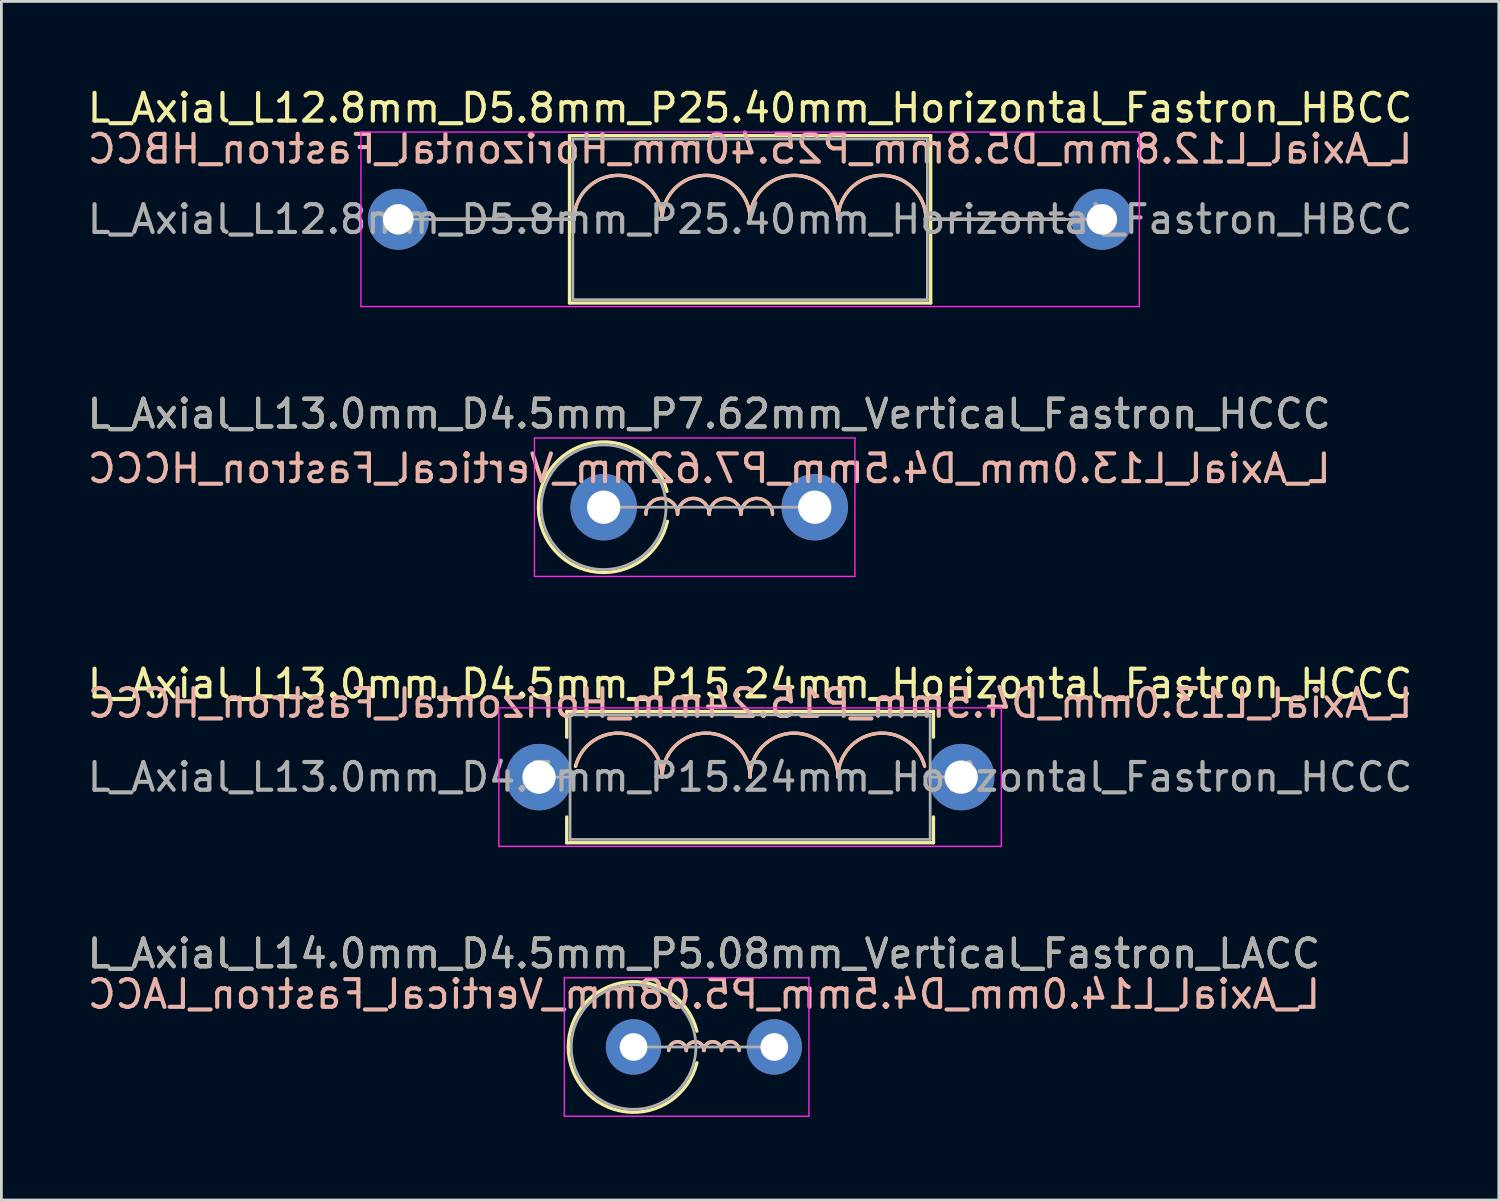
<source format=kicad_pcb>
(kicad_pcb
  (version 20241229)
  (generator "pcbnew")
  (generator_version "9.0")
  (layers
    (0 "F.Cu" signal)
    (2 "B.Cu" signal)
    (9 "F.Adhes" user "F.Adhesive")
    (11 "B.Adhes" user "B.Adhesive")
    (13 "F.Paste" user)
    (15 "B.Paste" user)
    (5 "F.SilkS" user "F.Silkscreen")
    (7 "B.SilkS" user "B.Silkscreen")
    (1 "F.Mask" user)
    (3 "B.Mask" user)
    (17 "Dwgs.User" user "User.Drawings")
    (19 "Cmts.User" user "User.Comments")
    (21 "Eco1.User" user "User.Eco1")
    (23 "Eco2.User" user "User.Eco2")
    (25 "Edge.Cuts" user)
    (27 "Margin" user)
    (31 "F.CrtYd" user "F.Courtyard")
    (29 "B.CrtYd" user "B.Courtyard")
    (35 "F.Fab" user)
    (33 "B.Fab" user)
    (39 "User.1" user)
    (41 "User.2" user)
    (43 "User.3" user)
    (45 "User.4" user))
  (footprint "L_Axial_L12.8mm_D5.8mm_P25.40mm_Horizontal_Fastron_HBCC"
    (layer "F.Cu")
    (at 11.33 4.868)
    (property "Reference" "L_Axial_L12.8mm_D5.8mm_P25.40mm_Horizontal_Fastron_HBCC" (at 12.7 -4.02 0) (layer "F.SilkS") (effects (font (size 1 1) (thickness 0.15))))
    (fp_line (start 1.34 0) (end 6.18 0) (stroke (width 0.12) (type solid)) (layer "F.SilkS"))
    (fp_line (start 6.18 -3.02) (end 6.18 3.02) (stroke (width 0.12) (type solid)) (layer "F.SilkS"))
    (fp_line (start 6.18 3.02) (end 19.22 3.02) (stroke (width 0.12) (type solid)) (layer "F.SilkS"))
    (fp_line (start 6.35 0) (end 6.16 0) (stroke (width 0.12) (type solid)) (layer "F.SilkS"))
    (fp_line (start 19.05 0) (end 19.22 0) (stroke (width 0.12) (type solid)) (layer "F.SilkS"))
    (fp_line (start 19.22 -3.02) (end 6.18 -3.02) (stroke (width 0.12) (type solid)) (layer "F.SilkS"))
    (fp_line (start 19.22 3.02) (end 19.22 -3.02) (stroke (width 0.12) (type solid)) (layer "F.SilkS"))
    (fp_line (start 24.06 0) (end 19.22 0) (stroke (width 0.12) (type solid)) (layer "F.SilkS"))
    (fp_arc (start 6.35 0) (mid 7.9375 -1.5875) (end 9.525 0) (stroke (width 0.12) (type solid)) (layer "F.SilkS"))
    (fp_arc (start 9.525 0) (mid 11.1125 -1.5875) (end 12.7 0) (stroke (width 0.12) (type solid)) (layer "F.SilkS"))
    (fp_arc (start 12.7 0) (mid 14.2875 -1.5875) (end 15.875 0) (stroke (width 0.12) (type solid)) (layer "F.SilkS"))
    (fp_arc (start 15.875 0) (mid 17.4625 -1.5875) (end 19.05 0) (stroke (width 0.12) (type solid)) (layer "F.SilkS"))
    (fp_line (start 1.34 0) (end 6.18 0) (stroke (width 0.12) (type solid)) (layer "B.SilkS"))
    (fp_line (start 6.35 0) (end 6.18 0) (stroke (width 0.12) (type solid)) (layer "B.SilkS"))
    (fp_line (start 19.05 0) (end 19.241 0) (stroke (width 0.12) (type solid)) (layer "B.SilkS"))
    (fp_line (start 24.06 0) (end 19.22 0) (stroke (width 0.12) (type solid)) (layer "B.SilkS"))
    (fp_arc (start 6.35 0) (mid 7.9375 -1.5875) (end 9.525 0) (stroke (width 0.12) (type solid)) (layer "B.SilkS"))
    (fp_arc (start 9.525 0) (mid 11.1125 -1.5875) (end 12.7 0) (stroke (width 0.12) (type solid)) (layer "B.SilkS"))
    (fp_arc (start 12.7 0) (mid 14.2875 -1.5875) (end 15.875 0) (stroke (width 0.12) (type solid)) (layer "B.SilkS"))
    (fp_arc (start 15.875 0) (mid 17.4625 -1.5875) (end 19.05 0) (stroke (width 0.12) (type solid)) (layer "B.SilkS"))
    (fp_line (start -1.35 -3.15) (end -1.35 3.15) (stroke (width 0.05) (type solid)) (layer "F.CrtYd"))
    (fp_line (start -1.35 3.15) (end 26.75 3.15) (stroke (width 0.05) (type solid)) (layer "F.CrtYd"))
    (fp_line (start 26.75 -3.15) (end -1.35 -3.15) (stroke (width 0.05) (type solid)) (layer "F.CrtYd"))
    (fp_line (start 26.75 3.15) (end 26.75 -3.15) (stroke (width 0.05) (type solid)) (layer "F.CrtYd"))
    (fp_line (start 0 0) (end 6.3 0) (stroke (width 0.1) (type solid)) (layer "F.Fab"))
    (fp_line (start 6.3 -2.9) (end 6.3 2.9) (stroke (width 0.1) (type solid)) (layer "F.Fab"))
    (fp_line (start 6.3 2.9) (end 19.1 2.9) (stroke (width 0.1) (type solid)) (layer "F.Fab"))
    (fp_line (start 19.1 -2.9) (end 6.3 -2.9) (stroke (width 0.1) (type solid)) (layer "F.Fab"))
    (fp_line (start 19.1 2.9) (end 19.1 -2.9) (stroke (width 0.1) (type solid)) (layer "F.Fab"))
    (fp_line (start 25.4 0) (end 19.1 0) (stroke (width 0.1) (type solid)) (layer "F.Fab"))
    (fp_text user "${REFERENCE}" (at 12.7 -2.54 0) (layer "B.SilkS") (effects (font (size 1 1) (thickness 0.15)) (justify mirror)))
    (fp_text user "${REFERENCE}" (at 12.7 0 0) (layer "F.Fab") (effects (font (size 1 1) (thickness 0.15))))
    (pad "1" thru_hole circle (at 0 0) (size 2.2 2.2) (drill 1.1) (layers "*.Cu" "*.Mask"))
    (pad "2" thru_hole oval (at 25.4 0) (size 2.2 2.2) (drill 1.1) (layers "*.Cu" "*.Mask")))
  (footprint "L_Axial_L13.0mm_D4.5mm_P15.24mm_Horizontal_Fastron_HCCC"
    (layer "F.Cu")
    (at 16.41 25.005)
    (property "Reference" "L_Axial_L13.0mm_D4.5mm_P15.24mm_Horizontal_Fastron_HCCC" (at 7.62 -3.37 0) (layer "F.SilkS") (effects (font (size 1 1) (thickness 0.15))))
    (fp_line (start 1 -2.37) (end 14.24 -2.37) (stroke (width 0.12) (type solid)) (layer "F.SilkS"))
    (fp_line (start 1 -1.44) (end 1 -2.37) (stroke (width 0.12) (type solid)) (layer "F.SilkS"))
    (fp_line (start 1 1.44) (end 1 2.37) (stroke (width 0.12) (type solid)) (layer "F.SilkS"))
    (fp_line (start 1 2.37) (end 14.24 2.37) (stroke (width 0.12) (type solid)) (layer "F.SilkS"))
    (fp_line (start 14.24 -2.37) (end 14.24 -1.44) (stroke (width 0.12) (type solid)) (layer "F.SilkS"))
    (fp_line (start 14.24 2.37) (end 14.24 1.44) (stroke (width 0.12) (type solid)) (layer "F.SilkS"))
    (fp_arc (start 1.317399 -0.385025) (mid 3.051466 -1.575605) (end 4.445 0) (stroke (width 0.12) (type solid)) (layer "F.SilkS"))
    (fp_arc (start 4.445 0) (mid 6.0325 -1.5875) (end 7.62 0) (stroke (width 0.12) (type solid)) (layer "F.SilkS"))
    (fp_arc (start 7.62 0) (mid 9.2075 -1.5875) (end 10.795 0) (stroke (width 0.12) (type solid)) (layer "F.SilkS"))
    (fp_arc (start 10.795 0) (mid 12.157994 -1.571545) (end 13.9065 -0.4445) (stroke (width 0.12) (type solid)) (layer "F.SilkS"))
    (fp_arc (start 1.3335 -0.4445) (mid 3.082006 -1.571545) (end 4.445 0) (stroke (width 0.12) (type solid)) (layer "B.SilkS"))
    (fp_arc (start 4.445 0) (mid 6.0325 -1.5875) (end 7.62 0) (stroke (width 0.12) (type solid)) (layer "B.SilkS"))
    (fp_arc (start 7.62 0) (mid 9.2075 -1.5875) (end 10.795 0) (stroke (width 0.12) (type solid)) (layer "B.SilkS"))
    (fp_arc (start 10.795 0) (mid 12.188534 -1.575606) (end 13.922601 -0.385025) (stroke (width 0.12) (type solid)) (layer "B.SilkS"))
    (fp_line (start -1.45 -2.5) (end -1.45 2.5) (stroke (width 0.05) (type solid)) (layer "F.CrtYd"))
    (fp_line (start -1.45 2.5) (end 16.69 2.5) (stroke (width 0.05) (type solid)) (layer "F.CrtYd"))
    (fp_line (start 16.69 -2.5) (end -1.45 -2.5) (stroke (width 0.05) (type solid)) (layer "F.CrtYd"))
    (fp_line (start 16.69 2.5) (end 16.69 -2.5) (stroke (width 0.05) (type solid)) (layer "F.CrtYd"))
    (fp_line (start 0 0) (end 1.12 0) (stroke (width 0.1) (type solid)) (layer "F.Fab"))
    (fp_line (start 1.12 -2.25) (end 1.12 2.25) (stroke (width 0.1) (type solid)) (layer "F.Fab"))
    (fp_line (start 1.12 2.25) (end 14.12 2.25) (stroke (width 0.1) (type solid)) (layer "F.Fab"))
    (fp_line (start 14.12 -2.25) (end 1.12 -2.25) (stroke (width 0.1) (type solid)) (layer "F.Fab"))
    (fp_line (start 14.12 2.25) (end 14.12 -2.25) (stroke (width 0.1) (type solid)) (layer "F.Fab"))
    (fp_line (start 15.24 0) (end 14.12 0) (stroke (width 0.1) (type solid)) (layer "F.Fab"))
    (fp_text user "${REFERENCE}" (at 7.62 -2.667 0) (layer "B.SilkS") (effects (font (size 1 1) (thickness 0.15)) (justify mirror)))
    (fp_text user "${REFERENCE}" (at 7.62 0 0) (layer "F.Fab") (effects (font (size 1 1) (thickness 0.15))))
    (pad "1" thru_hole circle (at 0 0) (size 2.4 2.4) (drill 1.2) (layers "*.Cu" "*.Mask"))
    (pad "2" thru_hole oval (at 15.24 0) (size 2.4 2.4) (drill 1.2) (layers "*.Cu" "*.Mask")))
  (footprint "L_Axial_L13.0mm_D4.5mm_P7.62mm_Vertical_Fastron_HCCC"
    (layer "F.Cu")
    (at 18.744 15.261)
    (property "Reference" "L_Axial_L13.0mm_D4.5mm_P7.62mm_Vertical_Fastron_HCCC" (at 3.81 -3.37 0) (layer "F.SilkS") (effects (font (size 1 1) (thickness 0.15))))
    (fp_arc (start 1.524 0.254) (mid 2.0955 -0.3175) (end 2.667 0.254) (stroke (width 0.12) (type solid)) (layer "F.SilkS"))
    (fp_arc (start 2.300848 0.508434) (mid -2.356132 0.032395) (end 2.286 -0.5715) (stroke (width 0.12) (type solid)) (layer "F.SilkS"))
    (fp_arc (start 2.667 0.254) (mid 3.2385 -0.3175) (end 3.81 0.254) (stroke (width 0.12) (type solid)) (layer "F.SilkS"))
    (fp_arc (start 3.81 0.254) (mid 4.3815 -0.3175) (end 4.953 0.254) (stroke (width 0.12) (type solid)) (layer "F.SilkS"))
    (fp_arc (start 4.953 0.254) (mid 5.5245 -0.3175) (end 6.096 0.254) (stroke (width 0.12) (type solid)) (layer "F.SilkS"))
    (fp_arc (start 1.524 0.254) (mid 2.0955 -0.3175) (end 2.667 0.254) (stroke (width 0.12) (type solid)) (layer "B.SilkS"))
    (fp_arc (start 2.667 0.254) (mid 3.2385 -0.3175) (end 3.81 0.254) (stroke (width 0.12) (type solid)) (layer "B.SilkS"))
    (fp_arc (start 3.81 0.254) (mid 4.3815 -0.3175) (end 4.953 0.254) (stroke (width 0.12) (type solid)) (layer "B.SilkS"))
    (fp_arc (start 4.953 0.254) (mid 5.5245 -0.3175) (end 6.096 0.254) (stroke (width 0.12) (type solid)) (layer "B.SilkS"))
    (fp_line (start -2.5 -2.5) (end -2.5 2.5) (stroke (width 0.05) (type solid)) (layer "F.CrtYd"))
    (fp_line (start -2.5 2.5) (end 9.07 2.5) (stroke (width 0.05) (type solid)) (layer "F.CrtYd"))
    (fp_line (start 9.07 -2.5) (end -2.5 -2.5) (stroke (width 0.05) (type solid)) (layer "F.CrtYd"))
    (fp_line (start 9.07 2.5) (end 9.07 -2.5) (stroke (width 0.05) (type solid)) (layer "F.CrtYd"))
    (fp_line (start 0 0) (end 7.62 0) (stroke (width 0.1) (type solid)) (layer "F.Fab"))
    (fp_circle (center 0 0) (end 2.25 0) (stroke (width 0.1) (type solid)) (fill no) (layer "F.Fab"))
    (fp_text user "${REFERENCE}" (at 3.81 -1.397 0) (layer "B.SilkS") (effects (font (size 1 1) (thickness 0.15)) (justify mirror)))
    (fp_text user "${REFERENCE}" (at 3.81 -3.37 0) (layer "F.Fab") (effects (font (size 1 1) (thickness 0.15))))
    (pad "1" thru_hole circle (at 0 0) (size 2.4 2.4) (drill 1.2) (layers "*.Cu" "*.Mask"))
    (pad "2" thru_hole oval (at 7.62 0) (size 2.4 2.4) (drill 1.2) (layers "*.Cu" "*.Mask")))
  (footprint "L_Axial_L14.0mm_D4.5mm_P5.08mm_Vertical_Fastron_LACC"
    (layer "F.Cu")
    (at 19.823 34.748)
    (property "Reference" "L_Axial_L14.0mm_D4.5mm_P5.08mm_Vertical_Fastron_LACC" (at 2.54 -3.37 0) (layer "F.SilkS") (effects (font (size 1 1) (thickness 0.15))))
    (fp_arc (start 1.27 0.127) (mid 1.5875 -0.1905) (end 1.905 0.127) (stroke (width 0.12) (type solid)) (layer "F.SilkS"))
    (fp_arc (start 1.905 0.127) (mid 2.2225 -0.1905) (end 2.54 0.127) (stroke (width 0.12) (type solid)) (layer "F.SilkS"))
    (fp_arc (start 2.286 0.5715) (mid -2.356355 0) (end 2.286 -0.5715) (stroke (width 0.12) (type solid)) (layer "F.SilkS"))
    (fp_arc (start 2.54 0.127) (mid 2.8575 -0.1905) (end 3.175 0.127) (stroke (width 0.12) (type solid)) (layer "F.SilkS"))
    (fp_arc (start 3.175 0.127) (mid 3.4925 -0.1905) (end 3.81 0.127) (stroke (width 0.12) (type solid)) (layer "F.SilkS"))
    (fp_arc (start 1.27 0.127) (mid 1.5875 -0.1905) (end 1.905 0.127) (stroke (width 0.12) (type solid)) (layer "B.SilkS"))
    (fp_arc (start 1.905 0.127) (mid 2.2225 -0.1905) (end 2.54 0.127) (stroke (width 0.12) (type solid)) (layer "B.SilkS"))
    (fp_arc (start 2.54 0.127) (mid 2.8575 -0.1905) (end 3.175 0.127) (stroke (width 0.12) (type solid)) (layer "B.SilkS"))
    (fp_arc (start 3.175 0.127) (mid 3.4925 -0.1905) (end 3.81 0.127) (stroke (width 0.12) (type solid)) (layer "B.SilkS"))
    (fp_line (start -2.5 -2.5) (end -2.5 2.5) (stroke (width 0.05) (type solid)) (layer "F.CrtYd"))
    (fp_line (start -2.5 2.5) (end 6.33 2.5) (stroke (width 0.05) (type solid)) (layer "F.CrtYd"))
    (fp_line (start 6.33 -2.5) (end -2.5 -2.5) (stroke (width 0.05) (type solid)) (layer "F.CrtYd"))
    (fp_line (start 6.33 2.5) (end 6.33 -2.5) (stroke (width 0.05) (type solid)) (layer "F.CrtYd"))
    (fp_line (start 0 0) (end 5.08 0) (stroke (width 0.1) (type solid)) (layer "F.Fab"))
    (fp_circle (center 0 0) (end 2.25 0) (stroke (width 0.1) (type solid)) (fill no) (layer "F.Fab"))
    (fp_text user "${REFERENCE}" (at 2.54 -1.905 0) (layer "B.SilkS") (effects (font (size 1 1) (thickness 0.15)) (justify mirror)))
    (fp_text user "${REFERENCE}" (at 2.54 -3.37 0) (layer "F.Fab") (effects (font (size 1 1) (thickness 0.15))))
    (pad "1" thru_hole circle (at 0 0) (size 2 2) (drill 1) (layers "*.Cu" "*.Mask"))
    (pad "2" thru_hole oval (at 5.08 0) (size 2 2) (drill 1) (layers "*.Cu" "*.Mask")))
  (gr_rect
    (start -3 -3)
    (end 51.06 40.273)
    (stroke (width 0.1) (type default))
    (fill no)
    (layer "Edge.Cuts")))
</source>
